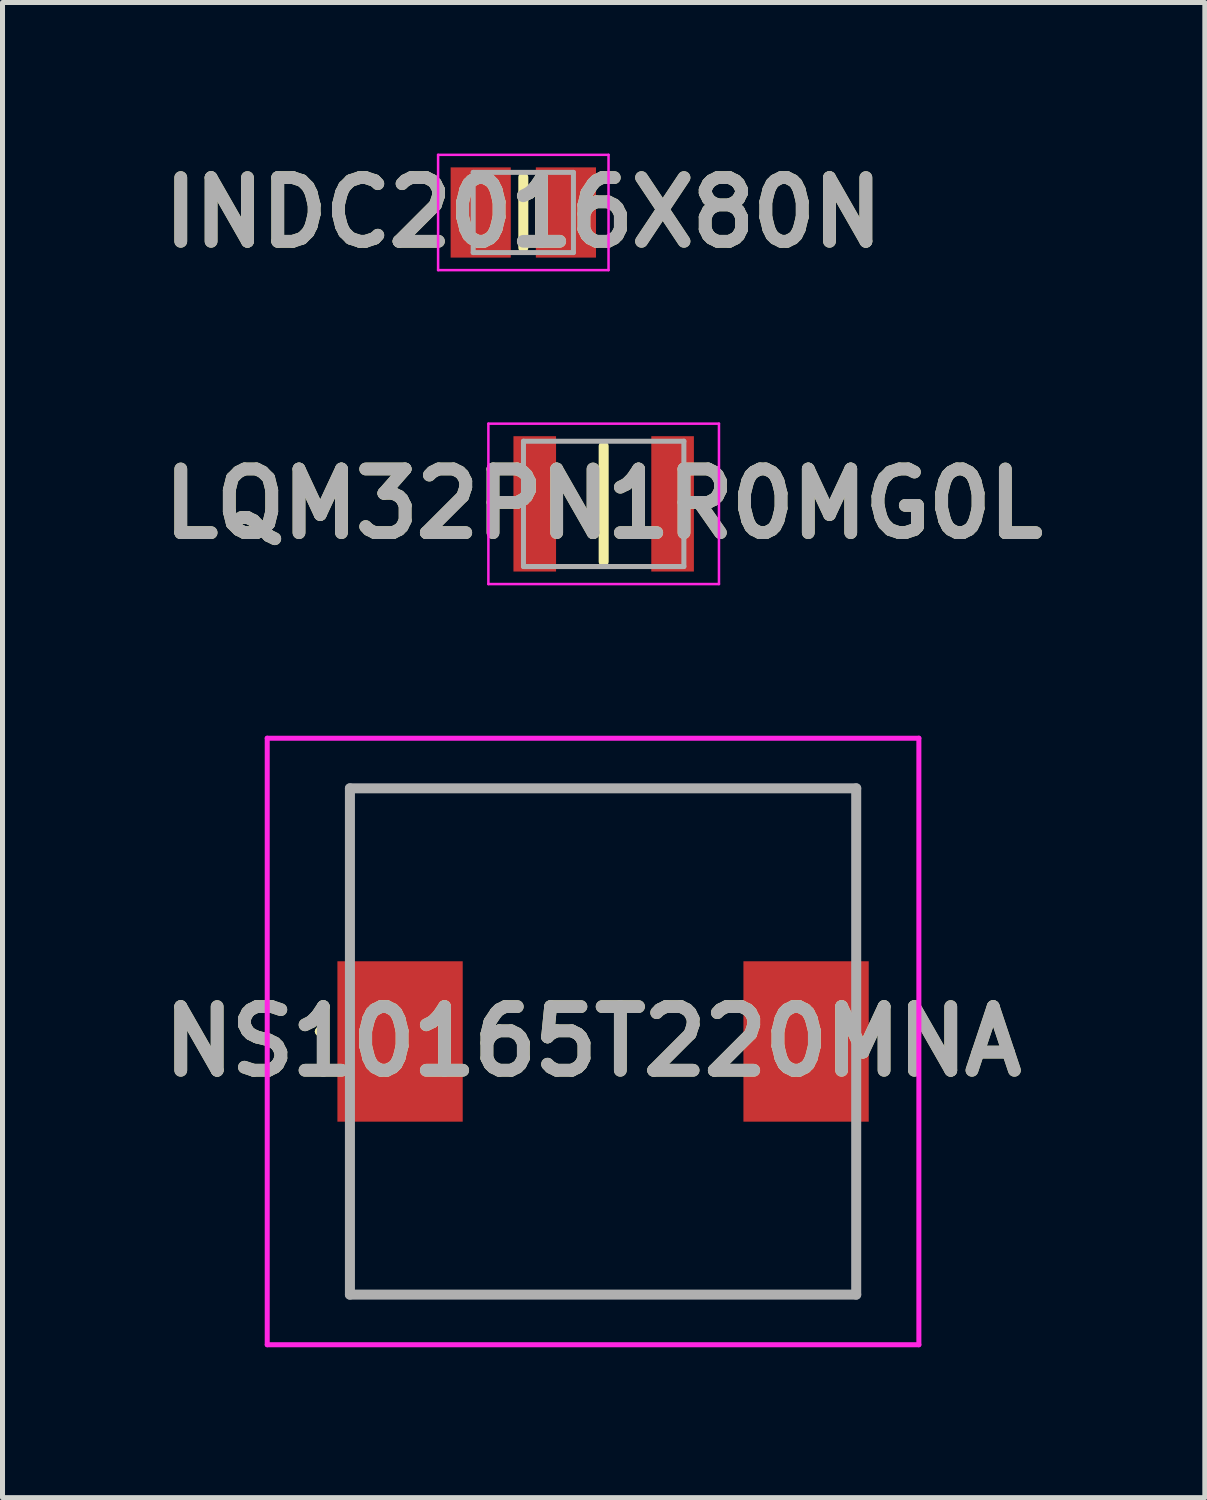
<source format=kicad_pcb>
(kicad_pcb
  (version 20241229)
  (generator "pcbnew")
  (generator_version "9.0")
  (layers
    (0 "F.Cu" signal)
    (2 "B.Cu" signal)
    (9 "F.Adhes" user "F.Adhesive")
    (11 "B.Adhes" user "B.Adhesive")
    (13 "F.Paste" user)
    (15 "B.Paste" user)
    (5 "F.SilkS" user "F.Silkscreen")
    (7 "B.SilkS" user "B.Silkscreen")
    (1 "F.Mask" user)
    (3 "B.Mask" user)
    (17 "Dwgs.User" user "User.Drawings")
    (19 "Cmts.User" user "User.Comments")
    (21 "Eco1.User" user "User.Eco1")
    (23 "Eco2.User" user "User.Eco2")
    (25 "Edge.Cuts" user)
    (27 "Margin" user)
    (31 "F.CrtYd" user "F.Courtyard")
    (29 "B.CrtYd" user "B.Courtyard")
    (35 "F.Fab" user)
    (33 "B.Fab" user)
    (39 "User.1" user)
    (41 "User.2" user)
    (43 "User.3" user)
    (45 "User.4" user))
  (footprint "INDC2016X80N"
    (layer "F.Cu")
    (at 7.39 1.189)
    (property "Reference" "INDC2016X80N" (at 0 0 0) (layer "F.SilkS") (effects (font (size 1.27 1.27) (thickness 0.254))))
    (attr smd)
    (fp_line (start 0 -0.7) (end 0 0.7) (stroke (width 0.2) (type solid)) (layer "F.SilkS"))
    (fp_line (start -1.7 -1.15) (end 1.7 -1.15) (stroke (width 0.05) (type solid)) (layer "F.CrtYd"))
    (fp_line (start -1.7 1.15) (end -1.7 -1.15) (stroke (width 0.05) (type solid)) (layer "F.CrtYd"))
    (fp_line (start 1.7 -1.15) (end 1.7 1.15) (stroke (width 0.05) (type solid)) (layer "F.CrtYd"))
    (fp_line (start 1.7 1.15) (end -1.7 1.15) (stroke (width 0.05) (type solid)) (layer "F.CrtYd"))
    (fp_line (start -1 -0.8) (end 1 -0.8) (stroke (width 0.1) (type solid)) (layer "F.Fab"))
    (fp_line (start -1 0.8) (end -1 -0.8) (stroke (width 0.1) (type solid)) (layer "F.Fab"))
    (fp_line (start 1 -0.8) (end 1 0.8) (stroke (width 0.1) (type solid)) (layer "F.Fab"))
    (fp_line (start 1 0.8) (end -1 0.8) (stroke (width 0.1) (type solid)) (layer "F.Fab"))
    (fp_text user "${REFERENCE}" (at 0 0 0) (layer "F.Fab") (effects (font (size 1.27 1.27) (thickness 0.254))))
    (pad "1" smd rect (at -0.85 0) (size 1.2 1.8) (layers "F.Cu" "F.Mask" "F.Paste"))
    (pad "2" smd rect (at 0.85 0) (size 1.2 1.8) (layers "F.Cu" "F.Mask" "F.Paste")))
  (footprint "NS10165T220MNA"
    (layer "F.Cu")
    (at 8.981 17.727)
    (property "Reference" "NS10165T220MNA" (at -0.2 0 0) (layer "F.SilkS") (effects (font (size 1.27 1.27) (thickness 0.254))))
    (attr smd)
    (fp_line (start -5.7 -0.2) (end -5.7 -0.2) (stroke (width 0.1) (type solid)) (layer "F.SilkS"))
    (fp_line (start -5.6 -0.2) (end -5.6 -0.2) (stroke (width 0.1) (type solid)) (layer "F.SilkS"))
    (fp_line (start -5.05 -5.05) (end 5.05 -5.05) (stroke (width 0.1) (type solid)) (layer "F.SilkS"))
    (fp_line (start -5.05 -1.9) (end -5.05 -5.05) (stroke (width 0.1) (type solid)) (layer "F.SilkS"))
    (fp_line (start -5.05 1.9) (end -5.05 5.05) (stroke (width 0.1) (type solid)) (layer "F.SilkS"))
    (fp_line (start -5.05 5.05) (end 5.05 5.05) (stroke (width 0.1) (type solid)) (layer "F.SilkS"))
    (fp_line (start 5.05 -5.05) (end 5.05 -1.9) (stroke (width 0.1) (type solid)) (layer "F.SilkS"))
    (fp_line (start 5.05 5.05) (end 5.05 1.9) (stroke (width 0.1) (type solid)) (layer "F.SilkS"))
    (fp_arc (start -5.7 -0.2) (mid -5.65 -0.25) (end -5.6 -0.2) (stroke (width 0.1) (type solid)) (layer "F.SilkS"))
    (fp_arc (start -5.6 -0.2) (mid -5.65 -0.15) (end -5.7 -0.2) (stroke (width 0.1) (type solid)) (layer "F.SilkS"))
    (fp_line (start -6.7 -6.05) (end 6.3 -6.05) (stroke (width 0.1) (type solid)) (layer "F.CrtYd"))
    (fp_line (start -6.7 6.05) (end -6.7 -6.05) (stroke (width 0.1) (type solid)) (layer "F.CrtYd"))
    (fp_line (start 6.3 -6.05) (end 6.3 6.05) (stroke (width 0.1) (type solid)) (layer "F.CrtYd"))
    (fp_line (start 6.3 6.05) (end -6.7 6.05) (stroke (width 0.1) (type solid)) (layer "F.CrtYd"))
    (fp_line (start -5.05 -5.05) (end 5.05 -5.05) (stroke (width 0.2) (type solid)) (layer "F.Fab"))
    (fp_line (start -5.05 5.05) (end -5.05 -5.05) (stroke (width 0.2) (type solid)) (layer "F.Fab"))
    (fp_line (start 5.05 -5.05) (end 5.05 5.05) (stroke (width 0.2) (type solid)) (layer "F.Fab"))
    (fp_line (start 5.05 5.05) (end -5.05 5.05) (stroke (width 0.2) (type solid)) (layer "F.Fab"))
    (fp_text user "${REFERENCE}" (at -0.2 0 0) (layer "F.Fab") (effects (font (size 1.27 1.27) (thickness 0.254))))
    (pad "1" smd rect (at -4.05 0 90) (size 3.2 2.5) (layers "F.Cu" "F.Mask" "F.Paste"))
    (pad "2" smd rect (at 4.05 0 90) (size 3.2 2.5) (layers "F.Cu" "F.Mask" "F.Paste")))
  (footprint "LQM32PN1R0MG0L"
    (layer "F.Cu")
    (at 8.993 7.002)
    (property "Reference" "LQM32PN1R0MG0L" (at 0 0 0) (layer "F.SilkS") (effects (font (size 1.27 1.27) (thickness 0.254))))
    (attr smd)
    (fp_line (start 0 -1.15) (end 0 1.15) (stroke (width 0.2) (type solid)) (layer "F.SilkS"))
    (fp_line (start -2.3 -1.6) (end 2.3 -1.6) (stroke (width 0.05) (type solid)) (layer "F.CrtYd"))
    (fp_line (start -2.3 1.6) (end -2.3 -1.6) (stroke (width 0.05) (type solid)) (layer "F.CrtYd"))
    (fp_line (start 2.3 -1.6) (end 2.3 1.6) (stroke (width 0.05) (type solid)) (layer "F.CrtYd"))
    (fp_line (start 2.3 1.6) (end -2.3 1.6) (stroke (width 0.05) (type solid)) (layer "F.CrtYd"))
    (fp_line (start -1.6 -1.25) (end 1.6 -1.25) (stroke (width 0.1) (type solid)) (layer "F.Fab"))
    (fp_line (start -1.6 1.25) (end -1.6 -1.25) (stroke (width 0.1) (type solid)) (layer "F.Fab"))
    (fp_line (start 1.6 -1.25) (end 1.6 1.25) (stroke (width 0.1) (type solid)) (layer "F.Fab"))
    (fp_line (start 1.6 1.25) (end -1.6 1.25) (stroke (width 0.1) (type solid)) (layer "F.Fab"))
    (fp_text user "${REFERENCE}" (at 0 0 0) (layer "F.Fab") (effects (font (size 1.27 1.27) (thickness 0.254))))
    (pad "1" smd rect (at -1.375 0) (size 0.85 2.7) (layers "F.Cu" "F.Mask" "F.Paste"))
    (pad "2" smd rect (at 1.375 0) (size 0.85 2.7) (layers "F.Cu" "F.Mask" "F.Paste")))
  (gr_rect
    (start -3 -3)
    (end 20.986 26.827)
    (stroke (width 0.1) (type default))
    (fill no)
    (layer "Edge.Cuts")))
</source>
